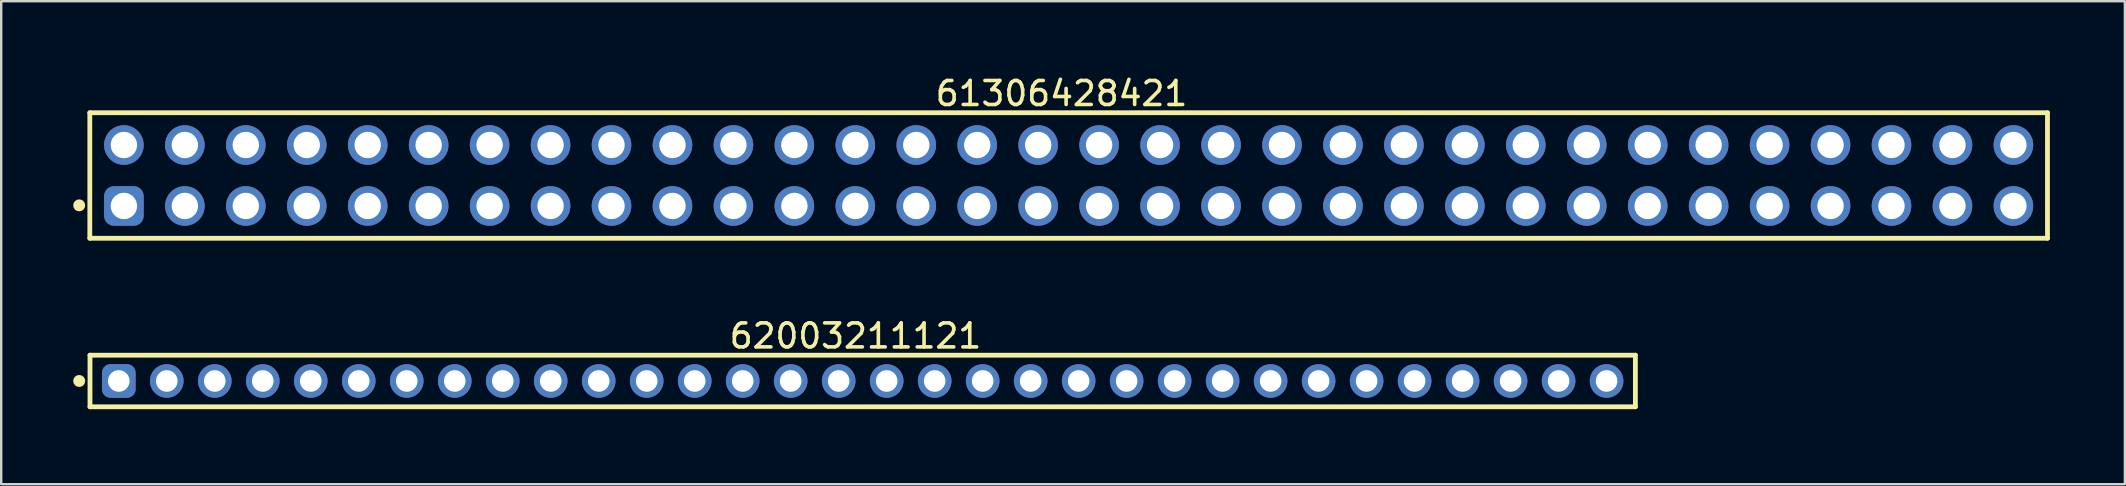
<source format=kicad_pcb>
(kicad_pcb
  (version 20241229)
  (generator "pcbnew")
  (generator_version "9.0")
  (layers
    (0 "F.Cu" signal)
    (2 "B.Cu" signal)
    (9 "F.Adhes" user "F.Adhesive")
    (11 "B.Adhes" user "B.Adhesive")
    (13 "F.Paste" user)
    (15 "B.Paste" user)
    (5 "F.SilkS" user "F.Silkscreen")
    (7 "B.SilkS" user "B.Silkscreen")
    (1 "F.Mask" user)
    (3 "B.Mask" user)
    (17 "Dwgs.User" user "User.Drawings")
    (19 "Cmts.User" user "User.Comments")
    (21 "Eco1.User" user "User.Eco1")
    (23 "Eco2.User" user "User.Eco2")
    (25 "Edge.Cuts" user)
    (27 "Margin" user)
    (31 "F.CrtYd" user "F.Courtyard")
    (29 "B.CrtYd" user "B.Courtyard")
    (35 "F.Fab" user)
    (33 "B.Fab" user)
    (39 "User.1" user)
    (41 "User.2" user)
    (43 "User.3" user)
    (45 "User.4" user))
  (footprint "62003211121"
    (layer "F.Cu")
    (at 32.9 12.826)
    (property "Reference" "62003211121" (at -0.3 -1.875 0) (layer "F.SilkS") (effects (font (size 1 1) (thickness 0.15))))
    (fp_line (start -32.2 -1.075) (end 32.2 -1.075) (stroke (width 0.2) (type solid)) (layer "F.SilkS"))
    (fp_line (start -32.2 1.075) (end -32.2 -1.075) (stroke (width 0.2) (type solid)) (layer "F.SilkS"))
    (fp_line (start -32.2 1.075) (end 32.2 1.075) (stroke (width 0.2) (type solid)) (layer "F.SilkS"))
    (fp_line (start 32.2 1.075) (end 32.2 -1.075) (stroke (width 0.2) (type solid)) (layer "F.SilkS"))
    (fp_circle (center -32.65 0) (end -32.65 -0.125) (stroke (width 0.25) (type solid)) (fill no) (layer "F.SilkS"))
    (fp_line (start -32.4 -1.275) (end 32.4 -1.275) (stroke (width 0.05) (type solid)) (layer "Eco2.User"))
    (fp_line (start -32.4 1.275) (end -32.4 -1.275) (stroke (width 0.05) (type solid)) (layer "Eco2.User"))
    (fp_line (start -32.4 1.275) (end 32.4 1.275) (stroke (width 0.05) (type solid)) (layer "Eco2.User"))
    (fp_line (start -32 -1) (end 32 -1) (stroke (width 0.1) (type solid)) (layer "Eco2.User"))
    (fp_line (start -32 1) (end -32 -1) (stroke (width 0.1) (type solid)) (layer "Eco2.User"))
    (fp_line (start -32 1) (end 32 1) (stroke (width 0.1) (type solid)) (layer "Eco2.User"))
    (fp_line (start -0.5 0) (end 0.5 0) (stroke (width 0.05) (type solid)) (layer "Eco2.User"))
    (fp_line (start 0 0.5) (end 0 -0.5) (stroke (width 0.05) (type solid)) (layer "Eco2.User"))
    (fp_line (start 32 1) (end 32 -1) (stroke (width 0.1) (type solid)) (layer "Eco2.User"))
    (fp_line (start 32.4 1.275) (end 32.4 -1.275) (stroke (width 0.05) (type solid)) (layer "Eco2.User"))
    (fp_text user "${REFERENCE}" (at 0.12 -0.158 0) (unlocked yes) (layer "User.3") (effects (font (size 1.2 1.2) (thickness 0.12))))
    (pad "1" thru_hole roundrect (at -31 0) (size 1.4 1.4) (drill 0.9) (layers "*.Cu" "*.Mask") (roundrect_rratio 0.25))
    (pad "2" thru_hole circle (at -29 0) (size 1.4 1.4) (drill 0.9) (layers "*.Cu" "*.Mask"))
    (pad "3" thru_hole circle (at -27 0) (size 1.4 1.4) (drill 0.9) (layers "*.Cu" "*.Mask"))
    (pad "4" thru_hole circle (at -25 0) (size 1.4 1.4) (drill 0.9) (layers "*.Cu" "*.Mask"))
    (pad "5" thru_hole circle (at -23 0) (size 1.4 1.4) (drill 0.9) (layers "*.Cu" "*.Mask"))
    (pad "6" thru_hole circle (at -21 0) (size 1.4 1.4) (drill 0.9) (layers "*.Cu" "*.Mask"))
    (pad "7" thru_hole circle (at -19 0) (size 1.4 1.4) (drill 0.9) (layers "*.Cu" "*.Mask"))
    (pad "8" thru_hole circle (at -17 0) (size 1.4 1.4) (drill 0.9) (layers "*.Cu" "*.Mask"))
    (pad "9" thru_hole circle (at -15 0) (size 1.4 1.4) (drill 0.9) (layers "*.Cu" "*.Mask"))
    (pad "10" thru_hole circle (at -13 0) (size 1.4 1.4) (drill 0.9) (layers "*.Cu" "*.Mask"))
    (pad "11" thru_hole circle (at -11 0) (size 1.4 1.4) (drill 0.9) (layers "*.Cu" "*.Mask"))
    (pad "12" thru_hole circle (at -9 0) (size 1.4 1.4) (drill 0.9) (layers "*.Cu" "*.Mask"))
    (pad "13" thru_hole circle (at -7 0) (size 1.4 1.4) (drill 0.9) (layers "*.Cu" "*.Mask"))
    (pad "14" thru_hole circle (at -5 0) (size 1.4 1.4) (drill 0.9) (layers "*.Cu" "*.Mask"))
    (pad "15" thru_hole circle (at -3 0) (size 1.4 1.4) (drill 0.9) (layers "*.Cu" "*.Mask"))
    (pad "16" thru_hole circle (at -1 0) (size 1.4 1.4) (drill 0.9) (layers "*.Cu" "*.Mask"))
    (pad "17" thru_hole circle (at 1 0) (size 1.4 1.4) (drill 0.9) (layers "*.Cu" "*.Mask"))
    (pad "18" thru_hole circle (at 3 0) (size 1.4 1.4) (drill 0.9) (layers "*.Cu" "*.Mask"))
    (pad "19" thru_hole circle (at 5 0) (size 1.4 1.4) (drill 0.9) (layers "*.Cu" "*.Mask"))
    (pad "20" thru_hole circle (at 7 0) (size 1.4 1.4) (drill 0.9) (layers "*.Cu" "*.Mask"))
    (pad "21" thru_hole circle (at 9 0) (size 1.4 1.4) (drill 0.9) (layers "*.Cu" "*.Mask"))
    (pad "22" thru_hole circle (at 11 0) (size 1.4 1.4) (drill 0.9) (layers "*.Cu" "*.Mask"))
    (pad "23" thru_hole circle (at 13 0) (size 1.4 1.4) (drill 0.9) (layers "*.Cu" "*.Mask"))
    (pad "24" thru_hole circle (at 15 0) (size 1.4 1.4) (drill 0.9) (layers "*.Cu" "*.Mask"))
    (pad "25" thru_hole circle (at 17 0) (size 1.4 1.4) (drill 0.9) (layers "*.Cu" "*.Mask"))
    (pad "26" thru_hole circle (at 19 0) (size 1.4 1.4) (drill 0.9) (layers "*.Cu" "*.Mask"))
    (pad "27" thru_hole circle (at 21 0) (size 1.4 1.4) (drill 0.9) (layers "*.Cu" "*.Mask"))
    (pad "28" thru_hole circle (at 23 0) (size 1.4 1.4) (drill 0.9) (layers "*.Cu" "*.Mask"))
    (pad "29" thru_hole circle (at 25 0) (size 1.4 1.4) (drill 0.9) (layers "*.Cu" "*.Mask"))
    (pad "30" thru_hole circle (at 27 0) (size 1.4 1.4) (drill 0.9) (layers "*.Cu" "*.Mask"))
    (pad "31" thru_hole circle (at 29 0) (size 1.4 1.4) (drill 0.9) (layers "*.Cu" "*.Mask"))
    (pad "32" thru_hole circle (at 31 0) (size 1.4 1.4) (drill 0.9) (layers "*.Cu" "*.Mask")))
  (footprint "61306428421"
    (layer "F.Cu")
    (at 41.483 4.263)
    (property "Reference" "61306428421" (at -0.297 -3.415 0) (layer "F.SilkS") (effects (font (size 1 1) (thickness 0.15))))
    (fp_line (start -40.79 -2.615) (end 40.79 -2.615) (stroke (width 0.2) (type solid)) (layer "F.SilkS"))
    (fp_line (start -40.79 2.615) (end -40.79 -2.615) (stroke (width 0.2) (type solid)) (layer "F.SilkS"))
    (fp_line (start -40.79 2.615) (end 40.79 2.615) (stroke (width 0.2) (type solid)) (layer "F.SilkS"))
    (fp_line (start 40.79 2.615) (end 40.79 -2.615) (stroke (width 0.2) (type solid)) (layer "F.SilkS"))
    (fp_circle (center -41.233 1.245) (end -41.233 1.12) (stroke (width 0.25) (type solid)) (fill no) (layer "F.SilkS"))
    (fp_line (start -40.99 -2.815) (end 40.99 -2.815) (stroke (width 0.05) (type solid)) (layer "Eco2.User"))
    (fp_line (start -40.99 2.815) (end -40.99 -2.815) (stroke (width 0.05) (type solid)) (layer "Eco2.User"))
    (fp_line (start -40.99 2.815) (end 40.99 2.815) (stroke (width 0.05) (type solid)) (layer "Eco2.User"))
    (fp_line (start -40.64 -2.54) (end 40.64 -2.54) (stroke (width 0.1) (type solid)) (layer "Eco2.User"))
    (fp_line (start -40.64 2.54) (end -40.64 -2.54) (stroke (width 0.1) (type solid)) (layer "Eco2.User"))
    (fp_line (start -40.64 2.54) (end 40.64 2.54) (stroke (width 0.1) (type solid)) (layer "Eco2.User"))
    (fp_line (start -0.5 0) (end 0.5 0) (stroke (width 0.05) (type solid)) (layer "Eco2.User"))
    (fp_line (start 0 0.5) (end 0 -0.5) (stroke (width 0.05) (type solid)) (layer "Eco2.User"))
    (fp_line (start 40.64 2.54) (end 40.64 -2.54) (stroke (width 0.1) (type solid)) (layer "Eco2.User"))
    (fp_line (start 40.99 2.815) (end 40.99 -2.815) (stroke (width 0.05) (type solid)) (layer "Eco2.User"))
    (fp_text user "${REFERENCE}" (at 0.15 -0.197 0) (unlocked yes) (layer "User.3") (effects (font (size 1.5 1.5) (thickness 0.15))))
    (pad "1" thru_hole roundrect (at -39.37 1.27) (size 1.65 1.65) (drill 1.1) (layers "*.Cu" "*.Mask") (roundrect_rratio 0.25))
    (pad "2" thru_hole circle (at -39.37 -1.27) (size 1.65 1.65) (drill 1.1) (layers "*.Cu" "*.Mask"))
    (pad "3" thru_hole circle (at -36.83 1.27) (size 1.65 1.65) (drill 1.1) (layers "*.Cu" "*.Mask"))
    (pad "4" thru_hole circle (at -36.83 -1.27) (size 1.65 1.65) (drill 1.1) (layers "*.Cu" "*.Mask"))
    (pad "5" thru_hole circle (at -34.29 1.27) (size 1.65 1.65) (drill 1.1) (layers "*.Cu" "*.Mask"))
    (pad "6" thru_hole circle (at -34.29 -1.27) (size 1.65 1.65) (drill 1.1) (layers "*.Cu" "*.Mask"))
    (pad "7" thru_hole circle (at -31.75 1.27) (size 1.65 1.65) (drill 1.1) (layers "*.Cu" "*.Mask"))
    (pad "8" thru_hole circle (at -31.75 -1.27) (size 1.65 1.65) (drill 1.1) (layers "*.Cu" "*.Mask"))
    (pad "9" thru_hole circle (at -29.21 1.27) (size 1.65 1.65) (drill 1.1) (layers "*.Cu" "*.Mask"))
    (pad "10" thru_hole circle (at -29.21 -1.27) (size 1.65 1.65) (drill 1.1) (layers "*.Cu" "*.Mask"))
    (pad "11" thru_hole circle (at -26.67 1.27) (size 1.65 1.65) (drill 1.1) (layers "*.Cu" "*.Mask"))
    (pad "12" thru_hole circle (at -26.67 -1.27) (size 1.65 1.65) (drill 1.1) (layers "*.Cu" "*.Mask"))
    (pad "13" thru_hole circle (at -24.13 1.27) (size 1.65 1.65) (drill 1.1) (layers "*.Cu" "*.Mask"))
    (pad "14" thru_hole circle (at -24.13 -1.27) (size 1.65 1.65) (drill 1.1) (layers "*.Cu" "*.Mask"))
    (pad "15" thru_hole circle (at -21.59 1.27) (size 1.65 1.65) (drill 1.1) (layers "*.Cu" "*.Mask"))
    (pad "16" thru_hole circle (at -21.59 -1.27) (size 1.65 1.65) (drill 1.1) (layers "*.Cu" "*.Mask"))
    (pad "17" thru_hole circle (at -19.05 1.27) (size 1.65 1.65) (drill 1.1) (layers "*.Cu" "*.Mask"))
    (pad "18" thru_hole circle (at -19.05 -1.27) (size 1.65 1.65) (drill 1.1) (layers "*.Cu" "*.Mask"))
    (pad "19" thru_hole circle (at -16.51 1.27) (size 1.65 1.65) (drill 1.1) (layers "*.Cu" "*.Mask"))
    (pad "20" thru_hole circle (at -16.51 -1.27) (size 1.65 1.65) (drill 1.1) (layers "*.Cu" "*.Mask"))
    (pad "21" thru_hole circle (at -13.97 1.27) (size 1.65 1.65) (drill 1.1) (layers "*.Cu" "*.Mask"))
    (pad "22" thru_hole circle (at -13.97 -1.27) (size 1.65 1.65) (drill 1.1) (layers "*.Cu" "*.Mask"))
    (pad "23" thru_hole circle (at -11.43 1.27) (size 1.65 1.65) (drill 1.1) (layers "*.Cu" "*.Mask"))
    (pad "24" thru_hole circle (at -11.43 -1.27) (size 1.65 1.65) (drill 1.1) (layers "*.Cu" "*.Mask"))
    (pad "25" thru_hole circle (at -8.89 1.27) (size 1.65 1.65) (drill 1.1) (layers "*.Cu" "*.Mask"))
    (pad "26" thru_hole circle (at -8.89 -1.27) (size 1.65 1.65) (drill 1.1) (layers "*.Cu" "*.Mask"))
    (pad "27" thru_hole circle (at -6.35 1.27) (size 1.65 1.65) (drill 1.1) (layers "*.Cu" "*.Mask"))
    (pad "28" thru_hole circle (at -6.35 -1.27) (size 1.65 1.65) (drill 1.1) (layers "*.Cu" "*.Mask"))
    (pad "29" thru_hole circle (at -3.81 1.27) (size 1.65 1.65) (drill 1.1) (layers "*.Cu" "*.Mask"))
    (pad "30" thru_hole circle (at -3.81 -1.27) (size 1.65 1.65) (drill 1.1) (layers "*.Cu" "*.Mask"))
    (pad "31" thru_hole circle (at -1.27 1.27) (size 1.65 1.65) (drill 1.1) (layers "*.Cu" "*.Mask"))
    (pad "32" thru_hole circle (at -1.27 -1.27) (size 1.65 1.65) (drill 1.1) (layers "*.Cu" "*.Mask"))
    (pad "33" thru_hole circle (at 1.27 1.27) (size 1.65 1.65) (drill 1.1) (layers "*.Cu" "*.Mask"))
    (pad "34" thru_hole circle (at 1.27 -1.27) (size 1.65 1.65) (drill 1.1) (layers "*.Cu" "*.Mask"))
    (pad "35" thru_hole circle (at 3.81 1.27) (size 1.65 1.65) (drill 1.1) (layers "*.Cu" "*.Mask"))
    (pad "36" thru_hole circle (at 3.81 -1.27) (size 1.65 1.65) (drill 1.1) (layers "*.Cu" "*.Mask"))
    (pad "37" thru_hole circle (at 6.35 1.27) (size 1.65 1.65) (drill 1.1) (layers "*.Cu" "*.Mask"))
    (pad "38" thru_hole circle (at 6.35 -1.27) (size 1.65 1.65) (drill 1.1) (layers "*.Cu" "*.Mask"))
    (pad "39" thru_hole circle (at 8.89 1.27) (size 1.65 1.65) (drill 1.1) (layers "*.Cu" "*.Mask"))
    (pad "40" thru_hole circle (at 8.89 -1.27) (size 1.65 1.65) (drill 1.1) (layers "*.Cu" "*.Mask"))
    (pad "41" thru_hole circle (at 11.43 1.27) (size 1.65 1.65) (drill 1.1) (layers "*.Cu" "*.Mask"))
    (pad "42" thru_hole circle (at 11.43 -1.27) (size 1.65 1.65) (drill 1.1) (layers "*.Cu" "*.Mask"))
    (pad "43" thru_hole circle (at 13.97 1.27) (size 1.65 1.65) (drill 1.1) (layers "*.Cu" "*.Mask"))
    (pad "44" thru_hole circle (at 13.97 -1.27) (size 1.65 1.65) (drill 1.1) (layers "*.Cu" "*.Mask"))
    (pad "45" thru_hole circle (at 16.51 1.27) (size 1.65 1.65) (drill 1.1) (layers "*.Cu" "*.Mask"))
    (pad "46" thru_hole circle (at 16.51 -1.27) (size 1.65 1.65) (drill 1.1) (layers "*.Cu" "*.Mask"))
    (pad "47" thru_hole circle (at 19.05 1.27) (size 1.65 1.65) (drill 1.1) (layers "*.Cu" "*.Mask"))
    (pad "48" thru_hole circle (at 19.05 -1.27) (size 1.65 1.65) (drill 1.1) (layers "*.Cu" "*.Mask"))
    (pad "49" thru_hole circle (at 21.59 1.27) (size 1.65 1.65) (drill 1.1) (layers "*.Cu" "*.Mask"))
    (pad "50" thru_hole circle (at 21.59 -1.27) (size 1.65 1.65) (drill 1.1) (layers "*.Cu" "*.Mask"))
    (pad "51" thru_hole circle (at 24.13 1.27) (size 1.65 1.65) (drill 1.1) (layers "*.Cu" "*.Mask"))
    (pad "52" thru_hole circle (at 24.13 -1.27) (size 1.65 1.65) (drill 1.1) (layers "*.Cu" "*.Mask"))
    (pad "53" thru_hole circle (at 26.67 1.27) (size 1.65 1.65) (drill 1.1) (layers "*.Cu" "*.Mask"))
    (pad "54" thru_hole circle (at 26.67 -1.27) (size 1.65 1.65) (drill 1.1) (layers "*.Cu" "*.Mask"))
    (pad "55" thru_hole circle (at 29.21 1.27) (size 1.65 1.65) (drill 1.1) (layers "*.Cu" "*.Mask"))
    (pad "56" thru_hole circle (at 29.21 -1.27) (size 1.65 1.65) (drill 1.1) (layers "*.Cu" "*.Mask"))
    (pad "57" thru_hole circle (at 31.75 1.27) (size 1.65 1.65) (drill 1.1) (layers "*.Cu" "*.Mask"))
    (pad "58" thru_hole circle (at 31.75 -1.27) (size 1.65 1.65) (drill 1.1) (layers "*.Cu" "*.Mask"))
    (pad "59" thru_hole circle (at 34.29 1.27) (size 1.65 1.65) (drill 1.1) (layers "*.Cu" "*.Mask"))
    (pad "60" thru_hole circle (at 34.29 -1.27) (size 1.65 1.65) (drill 1.1) (layers "*.Cu" "*.Mask"))
    (pad "61" thru_hole circle (at 36.83 1.27) (size 1.65 1.65) (drill 1.1) (layers "*.Cu" "*.Mask"))
    (pad "62" thru_hole circle (at 36.83 -1.27) (size 1.65 1.65) (drill 1.1) (layers "*.Cu" "*.Mask"))
    (pad "63" thru_hole circle (at 39.37 1.27) (size 1.65 1.65) (drill 1.1) (layers "*.Cu" "*.Mask"))
    (pad "64" thru_hole circle (at 39.37 -1.27) (size 1.65 1.65) (drill 1.1) (layers "*.Cu" "*.Mask")))
  (gr_rect
    (start -3 -3)
    (end 85.498 17.127)
    (stroke (width 0.1) (type default))
    (fill no)
    (layer "Edge.Cuts")))
</source>
